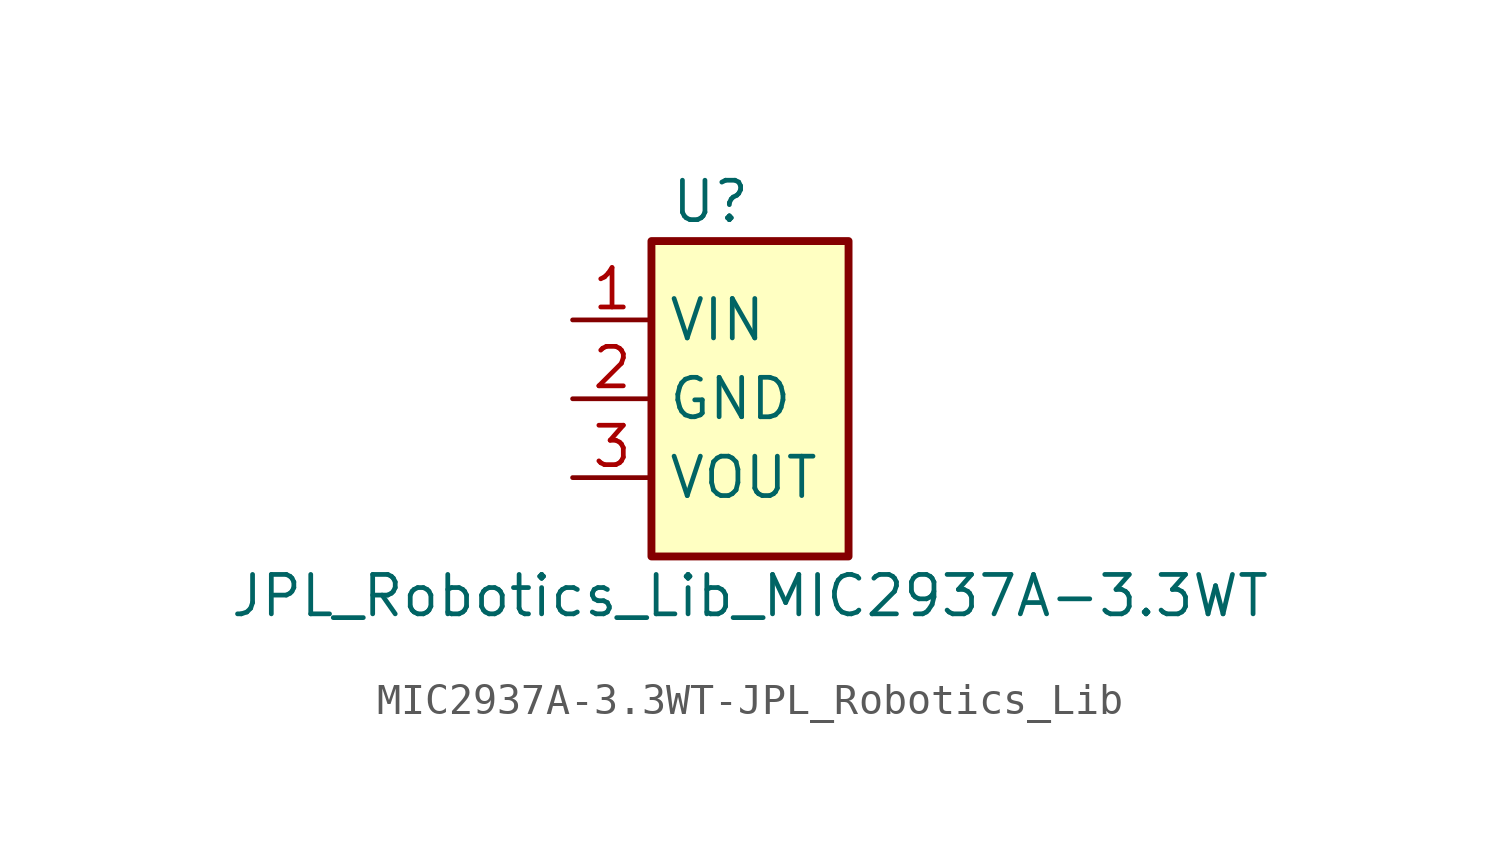
<source format=kicad_sym>
(kicad_symbol_lib
  (version 20231120)
  (generator "kicad_symbol_editor")
  (generator_version "8.0")
  (symbol "MIC2937A-3.3WT-JPL_Robotics_Lib"
    (property "Reference" "U"
      (at -5.715 6.35 0)
      (effects (font (size 1.27 1.27))))
    (property "Value" "JPL_Robotics_Lib_MIC2937A-3.3WT"
      (at -4.445 -6.35 0)
      (effects (font (size 1.27 1.27))))
    (symbol "MIC2937A-3.3WT-JPL_Robotics_Lib_1_1"
      (rectangle (start -7.62 5.08) (end -1.27 -5.08) (stroke (width 0.254) (type solid)) (fill (type background)))
      (pin power_in line (at -10.16 2.54 0) (length 2.54) (name "VIN" (effects (font (size 1.27 1.27)))) (number "1" (effects (font (size 1.27 1.27)))))
      (pin power_in line (at -10.16 0 0) (length 2.54) (name "GND" (effects (font (size 1.27 1.27)))) (number "2" (effects (font (size 1.27 1.27)))))
      (pin power_out line (at -10.16 -2.54 0) (length 2.54) (name "VOUT" (effects (font (size 1.27 1.27)))) (number "3" (effects (font (size 1.27 1.27))))))))
</source>
